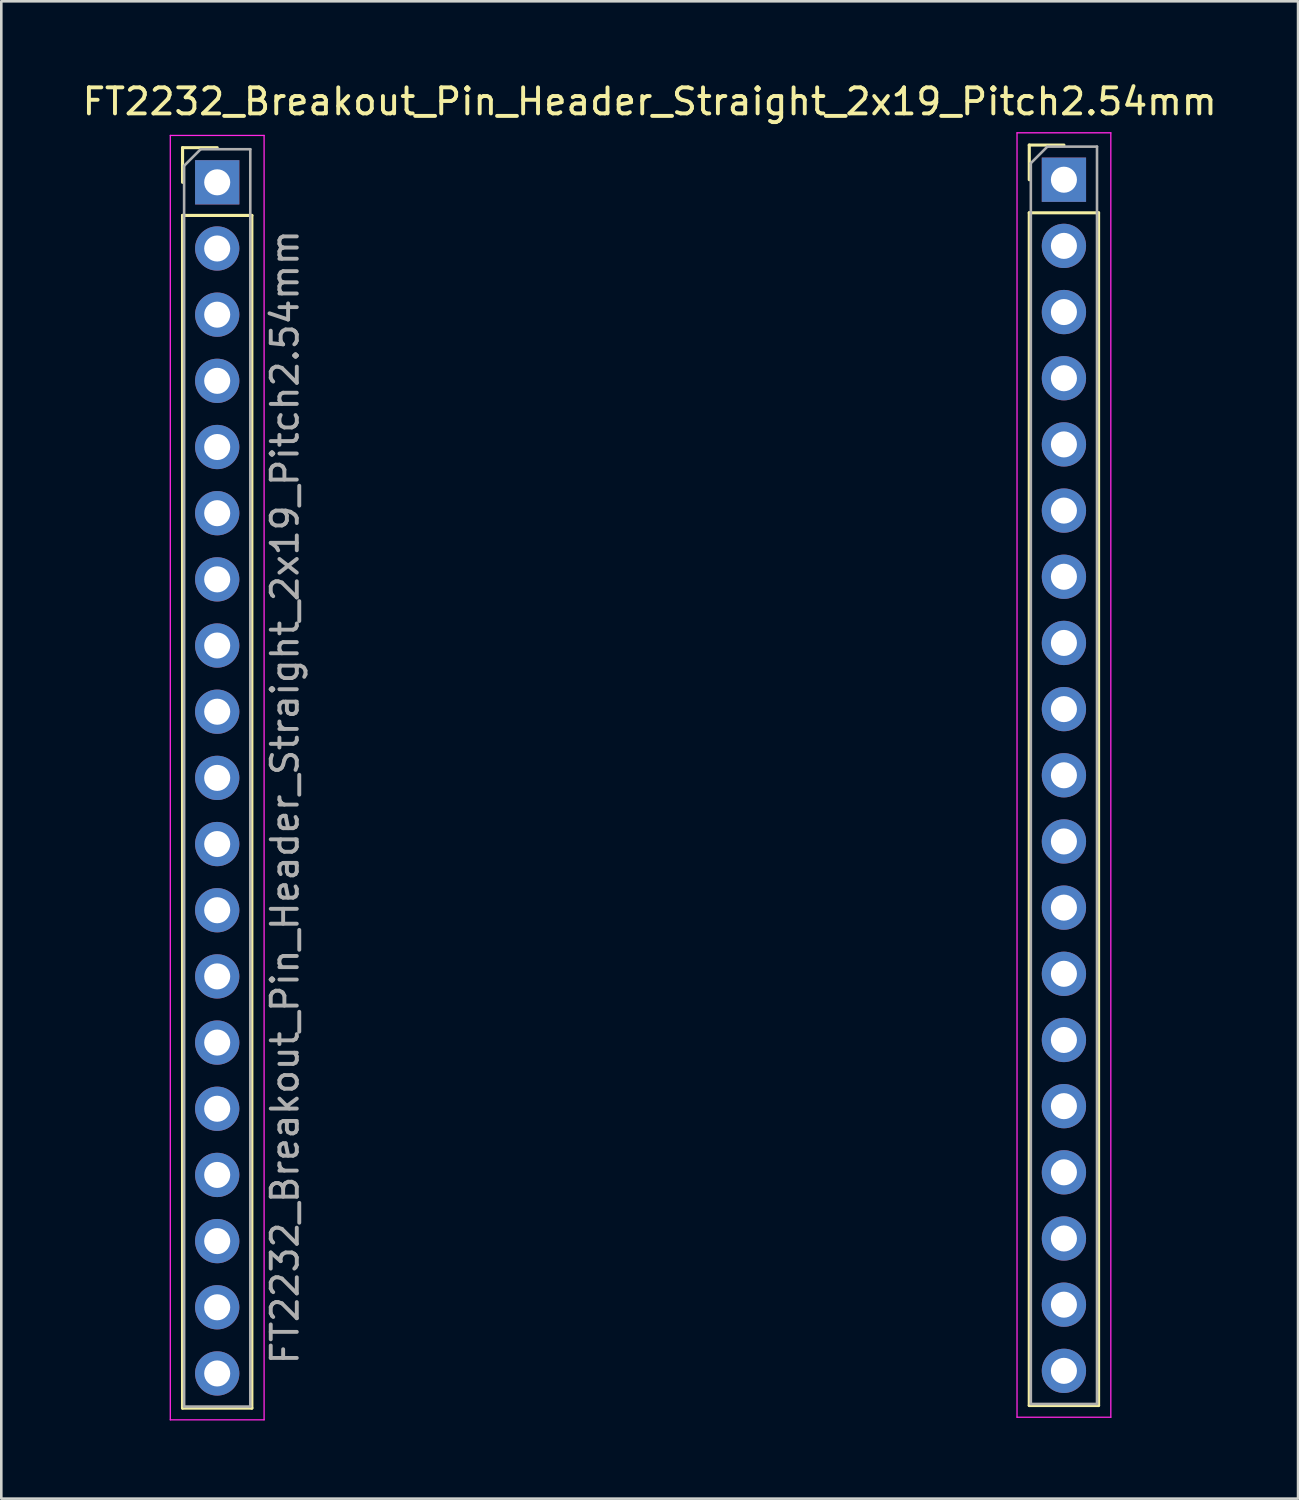
<source format=kicad_pcb>
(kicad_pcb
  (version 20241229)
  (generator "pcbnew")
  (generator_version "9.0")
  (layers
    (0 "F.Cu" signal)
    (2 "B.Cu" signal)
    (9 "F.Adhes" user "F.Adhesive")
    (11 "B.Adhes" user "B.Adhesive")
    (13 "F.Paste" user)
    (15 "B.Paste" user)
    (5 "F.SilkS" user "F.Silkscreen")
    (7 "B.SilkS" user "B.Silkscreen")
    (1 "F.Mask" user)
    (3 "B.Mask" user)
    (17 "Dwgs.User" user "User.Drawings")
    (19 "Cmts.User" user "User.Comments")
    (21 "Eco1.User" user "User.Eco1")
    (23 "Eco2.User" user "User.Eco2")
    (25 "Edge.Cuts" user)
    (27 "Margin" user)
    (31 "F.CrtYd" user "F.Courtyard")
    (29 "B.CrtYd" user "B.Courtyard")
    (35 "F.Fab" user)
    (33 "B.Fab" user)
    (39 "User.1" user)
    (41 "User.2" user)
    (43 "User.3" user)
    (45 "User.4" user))
  (footprint "FT2232_Breakout_Pin_Header_Straight_2x19_Pitch2.54mm"
    (layer "F.Cu")
    (at 5.287 3.948)
    (property "Reference" "FT2232_Breakout_Pin_Header_Straight_2x19_Pitch2.54mm" (at 16.6 -3.1 0) (layer "F.SilkS") (effects (font (size 1 1) (thickness 0.15))))
    (attr through_hole)
    (fp_line (start -1.33 -1.33) (end 0 -1.33) (stroke (width 0.12) (type solid)) (layer "F.SilkS"))
    (fp_line (start -1.33 0) (end -1.33 -1.33) (stroke (width 0.12) (type solid)) (layer "F.SilkS"))
    (fp_line (start -1.33 1.27) (end -1.33 47.05) (stroke (width 0.12) (type solid)) (layer "F.SilkS"))
    (fp_line (start -1.33 1.27) (end 1.33 1.27) (stroke (width 0.12) (type solid)) (layer "F.SilkS"))
    (fp_line (start -1.33 47.05) (end 1.33 47.05) (stroke (width 0.12) (type solid)) (layer "F.SilkS"))
    (fp_line (start 1.33 1.27) (end 1.33 47.05) (stroke (width 0.12) (type solid)) (layer "F.SilkS"))
    (fp_line (start 31.17 -1.43) (end 32.5 -1.43) (stroke (width 0.12) (type solid)) (layer "F.SilkS"))
    (fp_line (start 31.17 -0.1) (end 31.17 -1.43) (stroke (width 0.12) (type solid)) (layer "F.SilkS"))
    (fp_line (start 31.17 1.17) (end 31.17 46.95) (stroke (width 0.12) (type solid)) (layer "F.SilkS"))
    (fp_line (start 31.17 1.17) (end 33.83 1.17) (stroke (width 0.12) (type solid)) (layer "F.SilkS"))
    (fp_line (start 31.17 46.95) (end 33.83 46.95) (stroke (width 0.12) (type solid)) (layer "F.SilkS"))
    (fp_line (start 33.83 1.17) (end 33.83 46.95) (stroke (width 0.12) (type solid)) (layer "F.SilkS"))
    (fp_line (start -1.8 -1.8) (end -1.8 47.5) (stroke (width 0.05) (type solid)) (layer "F.CrtYd"))
    (fp_line (start -1.8 47.5) (end 1.8 47.5) (stroke (width 0.05) (type solid)) (layer "F.CrtYd"))
    (fp_line (start 1.8 -1.8) (end -1.8 -1.8) (stroke (width 0.05) (type solid)) (layer "F.CrtYd"))
    (fp_line (start 1.8 47.5) (end 1.8 -1.8) (stroke (width 0.05) (type solid)) (layer "F.CrtYd"))
    (fp_line (start 30.7 -1.9) (end 30.7 47.4) (stroke (width 0.05) (type solid)) (layer "F.CrtYd"))
    (fp_line (start 30.7 47.4) (end 34.3 47.4) (stroke (width 0.05) (type solid)) (layer "F.CrtYd"))
    (fp_line (start 34.3 -1.9) (end 30.7 -1.9) (stroke (width 0.05) (type solid)) (layer "F.CrtYd"))
    (fp_line (start 34.3 47.4) (end 34.3 -1.9) (stroke (width 0.05) (type solid)) (layer "F.CrtYd"))
    (fp_line (start -1.27 -0.635) (end -0.635 -1.27) (stroke (width 0.1) (type solid)) (layer "F.Fab"))
    (fp_line (start -1.27 46.99) (end -1.27 -0.635) (stroke (width 0.1) (type solid)) (layer "F.Fab"))
    (fp_line (start -0.635 -1.27) (end 1.27 -1.27) (stroke (width 0.1) (type solid)) (layer "F.Fab"))
    (fp_line (start 1.27 -1.27) (end 1.27 46.99) (stroke (width 0.1) (type solid)) (layer "F.Fab"))
    (fp_line (start 1.27 46.99) (end -1.27 46.99) (stroke (width 0.1) (type solid)) (layer "F.Fab"))
    (fp_line (start 31.23 -0.735) (end 31.865 -1.37) (stroke (width 0.1) (type solid)) (layer "F.Fab"))
    (fp_line (start 31.23 46.89) (end 31.23 -0.735) (stroke (width 0.1) (type solid)) (layer "F.Fab"))
    (fp_line (start 31.865 -1.37) (end 33.77 -1.37) (stroke (width 0.1) (type solid)) (layer "F.Fab"))
    (fp_line (start 33.77 -1.37) (end 33.77 46.89) (stroke (width 0.1) (type solid)) (layer "F.Fab"))
    (fp_line (start 33.77 46.89) (end 31.23 46.89) (stroke (width 0.1) (type solid)) (layer "F.Fab"))
    (fp_text user "${REFERENCE}" (at 2.6 23.6 90) (layer "F.Fab") (effects (font (size 1 1) (thickness 0.15))))
    (pad "1" thru_hole rect (at 0 0) (size 1.7 1.7) (drill 1) (layers "*.Cu" "*.Mask"))
    (pad "2" thru_hole oval (at 0 2.54) (size 1.7 1.7) (drill 1) (layers "*.Cu" "*.Mask"))
    (pad "3" thru_hole oval (at 0 5.08) (size 1.7 1.7) (drill 1) (layers "*.Cu" "*.Mask"))
    (pad "4" thru_hole oval (at 0 7.62) (size 1.7 1.7) (drill 1) (layers "*.Cu" "*.Mask"))
    (pad "5" thru_hole oval (at 0 10.16) (size 1.7 1.7) (drill 1) (layers "*.Cu" "*.Mask"))
    (pad "6" thru_hole oval (at 0 12.7) (size 1.7 1.7) (drill 1) (layers "*.Cu" "*.Mask"))
    (pad "7" thru_hole oval (at 0 15.24) (size 1.7 1.7) (drill 1) (layers "*.Cu" "*.Mask"))
    (pad "8" thru_hole oval (at 0 17.78) (size 1.7 1.7) (drill 1) (layers "*.Cu" "*.Mask"))
    (pad "9" thru_hole oval (at 0 20.32) (size 1.7 1.7) (drill 1) (layers "*.Cu" "*.Mask"))
    (pad "10" thru_hole oval (at 0 22.86) (size 1.7 1.7) (drill 1) (layers "*.Cu" "*.Mask"))
    (pad "11" thru_hole oval (at 0 25.4) (size 1.7 1.7) (drill 1) (layers "*.Cu" "*.Mask"))
    (pad "12" thru_hole oval (at 0 27.94) (size 1.7 1.7) (drill 1) (layers "*.Cu" "*.Mask"))
    (pad "13" thru_hole oval (at 0 30.48) (size 1.7 1.7) (drill 1) (layers "*.Cu" "*.Mask"))
    (pad "14" thru_hole oval (at 0 33.02) (size 1.7 1.7) (drill 1) (layers "*.Cu" "*.Mask"))
    (pad "15" thru_hole oval (at 0 35.56) (size 1.7 1.7) (drill 1) (layers "*.Cu" "*.Mask"))
    (pad "16" thru_hole oval (at 0 38.1) (size 1.7 1.7) (drill 1) (layers "*.Cu" "*.Mask"))
    (pad "17" thru_hole oval (at 0 40.64) (size 1.7 1.7) (drill 1) (layers "*.Cu" "*.Mask"))
    (pad "18" thru_hole oval (at 0 43.18) (size 1.7 1.7) (drill 1) (layers "*.Cu" "*.Mask"))
    (pad "19" thru_hole oval (at 0 45.72) (size 1.7 1.7) (drill 1) (layers "*.Cu" "*.Mask"))
    (pad "20" thru_hole oval (at 32.5 45.62) (size 1.7 1.7) (drill 1) (layers "*.Cu" "*.Mask"))
    (pad "21" thru_hole oval (at 32.5 43.08) (size 1.7 1.7) (drill 1) (layers "*.Cu" "*.Mask"))
    (pad "22" thru_hole oval (at 32.5 40.54) (size 1.7 1.7) (drill 1) (layers "*.Cu" "*.Mask"))
    (pad "23" thru_hole oval (at 32.5 38) (size 1.7 1.7) (drill 1) (layers "*.Cu" "*.Mask"))
    (pad "24" thru_hole oval (at 32.5 35.46) (size 1.7 1.7) (drill 1) (layers "*.Cu" "*.Mask"))
    (pad "25" thru_hole oval (at 32.5 32.92) (size 1.7 1.7) (drill 1) (layers "*.Cu" "*.Mask"))
    (pad "26" thru_hole oval (at 32.5 30.38) (size 1.7 1.7) (drill 1) (layers "*.Cu" "*.Mask"))
    (pad "27" thru_hole oval (at 32.5 27.84) (size 1.7 1.7) (drill 1) (layers "*.Cu" "*.Mask"))
    (pad "28" thru_hole oval (at 32.5 25.3) (size 1.7 1.7) (drill 1) (layers "*.Cu" "*.Mask"))
    (pad "29" thru_hole oval (at 32.5 22.76) (size 1.7 1.7) (drill 1) (layers "*.Cu" "*.Mask"))
    (pad "30" thru_hole oval (at 32.5 20.22) (size 1.7 1.7) (drill 1) (layers "*.Cu" "*.Mask"))
    (pad "31" thru_hole oval (at 32.5 17.68) (size 1.7 1.7) (drill 1) (layers "*.Cu" "*.Mask"))
    (pad "32" thru_hole oval (at 32.5 15.14) (size 1.7 1.7) (drill 1) (layers "*.Cu" "*.Mask"))
    (pad "33" thru_hole oval (at 32.5 12.6) (size 1.7 1.7) (drill 1) (layers "*.Cu" "*.Mask"))
    (pad "34" thru_hole oval (at 32.5 10.06) (size 1.7 1.7) (drill 1) (layers "*.Cu" "*.Mask"))
    (pad "35" thru_hole oval (at 32.5 7.52) (size 1.7 1.7) (drill 1) (layers "*.Cu" "*.Mask"))
    (pad "36" thru_hole oval (at 32.5 4.98) (size 1.7 1.7) (drill 1) (layers "*.Cu" "*.Mask"))
    (pad "37" thru_hole oval (at 32.5 2.44) (size 1.7 1.7) (drill 1) (layers "*.Cu" "*.Mask"))
    (pad "38" thru_hole rect (at 32.5 -0.1) (size 1.7 1.7) (drill 1) (layers "*.Cu" "*.Mask")))
  (gr_rect
    (start -3 -3)
    (end 46.774 54.473)
    (stroke (width 0.1) (type default))
    (fill no)
    (layer "Edge.Cuts")))
</source>
